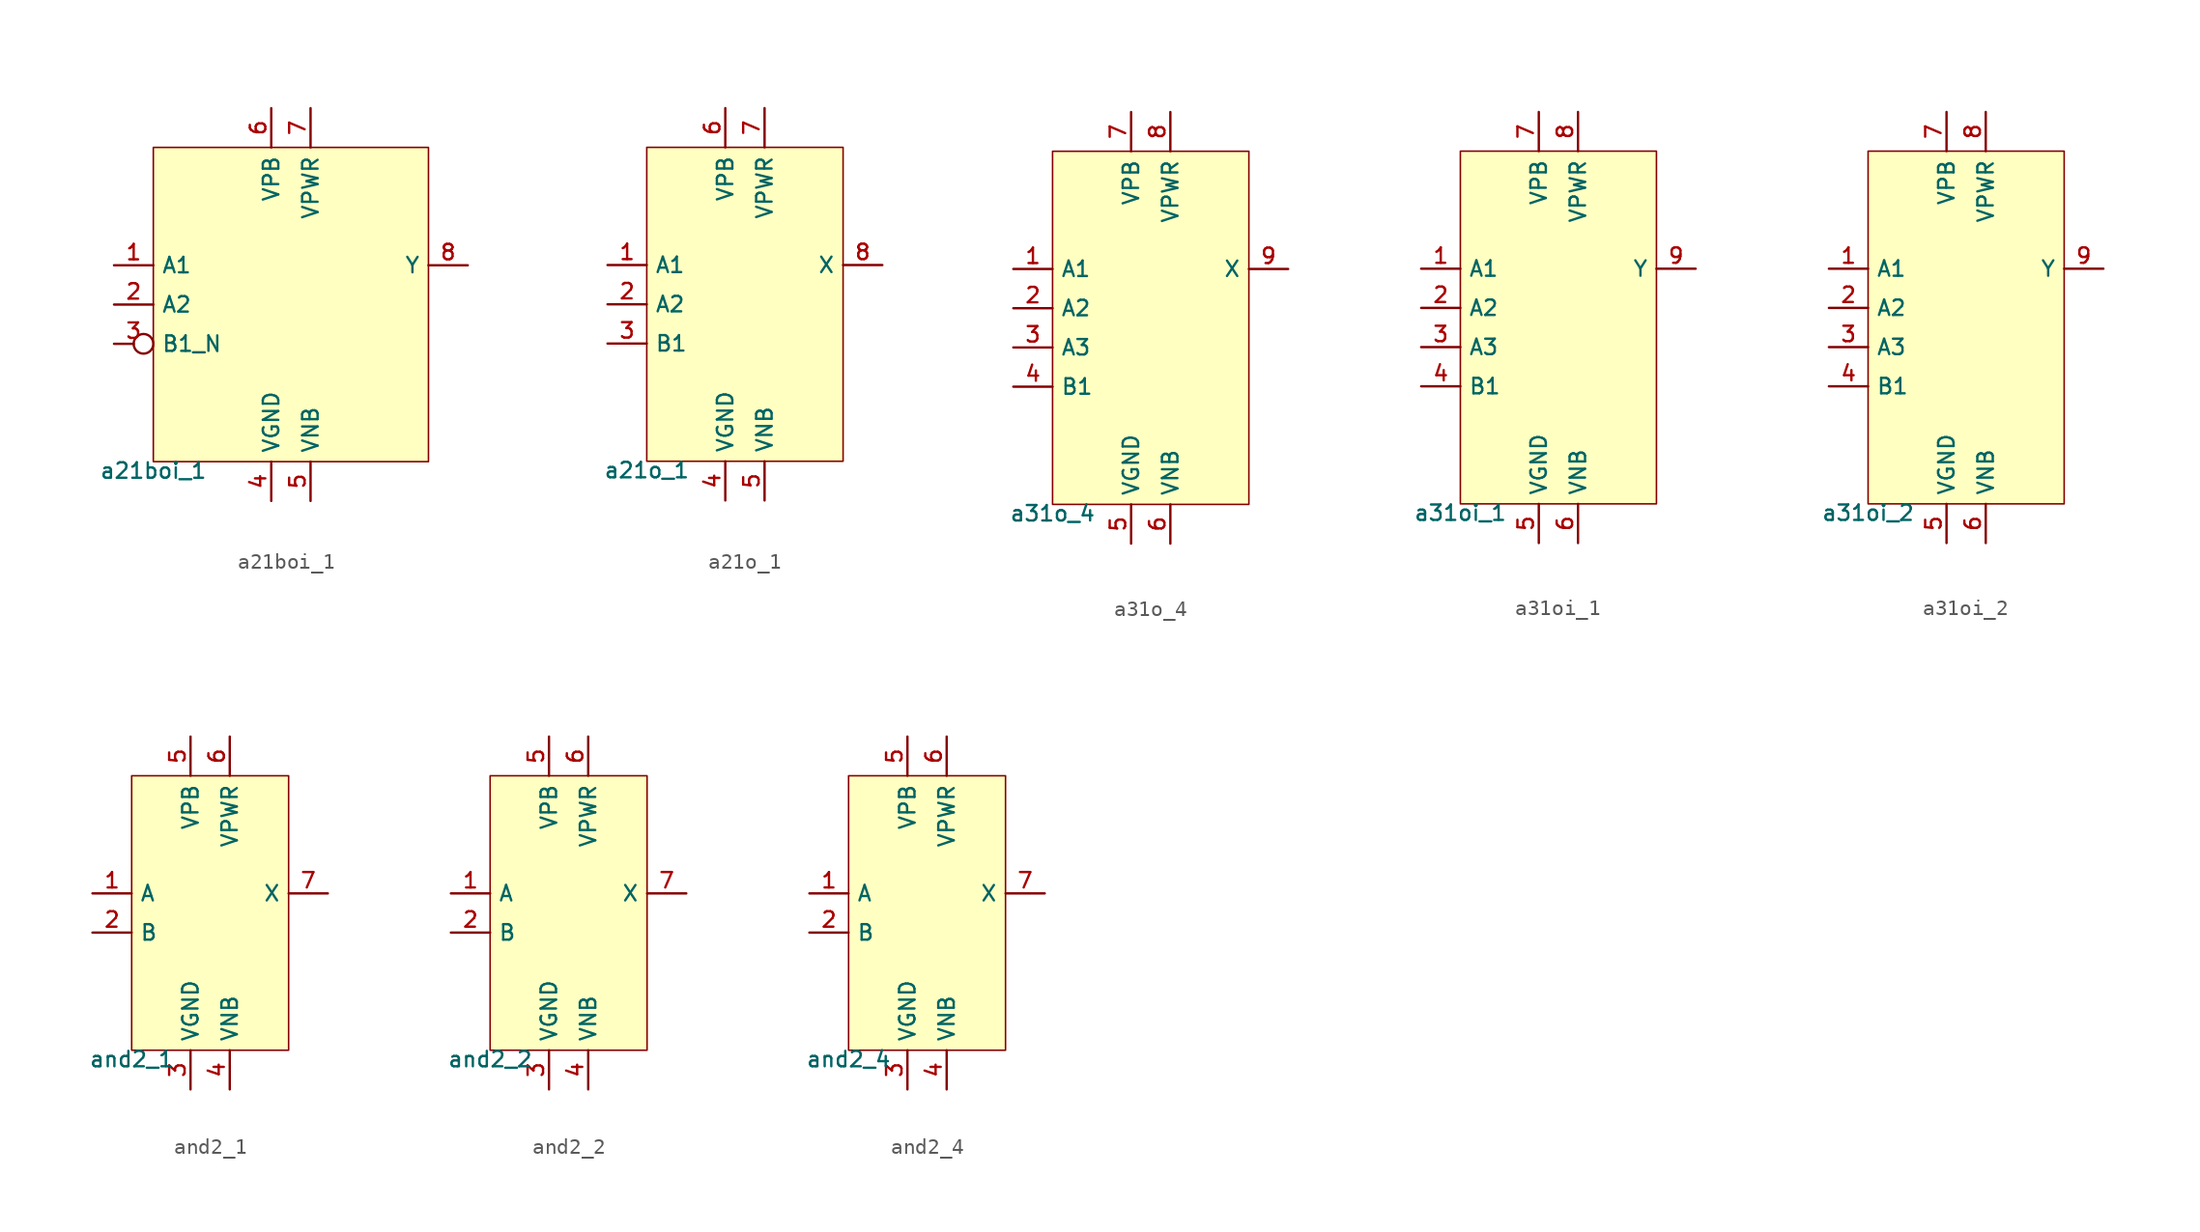
<source format=kicad_sym>
(kicad_symbol_lib
  (version 20211014)
  (generator pdk2kicad)
  (symbol "a21boi_1"
    (property "Reference" "X"
      (at 0 0 0)
      (effects (font (size 1 1)) hide))
    (property "Value" "a21boi_1"
      (at -8.89 -10.16 0)
      (effects (font (size 1 1)) (justify top)))
    (rectangle
      (start -8.89 -10.16)
      (end 8.89 10.16)
      (stroke (width 0.1) (type solid) (color 0 0 0 0))
      (fill (type background)))
    (pin input line
      (at -11.43 2.54 0)
      (length 2.54)
      (name "A1" (effects (font (size 1 1)) hide))
      (number "1" (effects (font (size 1 1)) hide)))
    (pin input line
      (at -11.43 0.0 0)
      (length 2.54)
      (name "A2" (effects (font (size 1 1)) hide))
      (number "2" (effects (font (size 1 1)) hide)))
    (pin input inverted
      (at -11.43 -2.54 0)
      (length 2.54)
      (name "B1_N" (effects (font (size 1 1)) hide))
      (number "3" (effects (font (size 1 1)) hide)))
    (pin power_in line
      (at -1.27 -12.7 90)
      (length 2.54)
      (name "VGND" (effects (font (size 1 1)) hide))
      (number "4" (effects (font (size 1 1)) hide)))
    (pin power_in line
      (at 1.27 -12.7 90)
      (length 2.54)
      (name "VNB" (effects (font (size 1 1)) hide))
      (number "5" (effects (font (size 1 1)) hide)))
    (pin power_in line
      (at -1.27 12.7 270)
      (length 2.54)
      (name "VPB" (effects (font (size 1 1)) hide))
      (number "6" (effects (font (size 1 1)) hide)))
    (pin power_in line
      (at 1.27 12.7 270)
      (length 2.54)
      (name "VPWR" (effects (font (size 1 1)) hide))
      (number "7" (effects (font (size 1 1)) hide)))
    (pin output line
      (at 11.43 2.54 180)
      (length 2.54)
      (name "Y" (effects (font (size 1 1)) hide))
      (number "8" (effects (font (size 1 1)) hide))))
  (symbol "a21o_1"
    (property "Reference" "X"
      (at 0 0 0)
      (effects (font (size 1 1)) hide))
    (property "Value" "a21o_1"
      (at -6.35 -10.16 0)
      (effects (font (size 1 1)) (justify top)))
    (rectangle
      (start -6.35 -10.16)
      (end 6.35 10.16)
      (stroke (width 0.1) (type solid) (color 0 0 0 0))
      (fill (type background)))
    (pin input line
      (at -8.89 2.54 0)
      (length 2.54)
      (name "A1" (effects (font (size 1 1)) hide))
      (number "1" (effects (font (size 1 1)) hide)))
    (pin input line
      (at -8.89 0.0 0)
      (length 2.54)
      (name "A2" (effects (font (size 1 1)) hide))
      (number "2" (effects (font (size 1 1)) hide)))
    (pin input line
      (at -8.89 -2.54 0)
      (length 2.54)
      (name "B1" (effects (font (size 1 1)) hide))
      (number "3" (effects (font (size 1 1)) hide)))
    (pin power_in line
      (at -1.27 -12.7 90)
      (length 2.54)
      (name "VGND" (effects (font (size 1 1)) hide))
      (number "4" (effects (font (size 1 1)) hide)))
    (pin power_in line
      (at 1.27 -12.7 90)
      (length 2.54)
      (name "VNB" (effects (font (size 1 1)) hide))
      (number "5" (effects (font (size 1 1)) hide)))
    (pin power_in line
      (at -1.27 12.7 270)
      (length 2.54)
      (name "VPB" (effects (font (size 1 1)) hide))
      (number "6" (effects (font (size 1 1)) hide)))
    (pin power_in line
      (at 1.27 12.7 270)
      (length 2.54)
      (name "VPWR" (effects (font (size 1 1)) hide))
      (number "7" (effects (font (size 1 1)) hide)))
    (pin output line
      (at 8.89 2.54 180)
      (length 2.54)
      (name "X" (effects (font (size 1 1)) hide))
      (number "8" (effects (font (size 1 1)) hide))))
  (symbol "a31o_4"
    (property "Reference" "X"
      (at 0 0 0)
      (effects (font (size 1 1)) hide))
    (property "Value" "a31o_4"
      (at -6.35 -11.43 0)
      (effects (font (size 1 1)) (justify top)))
    (rectangle
      (start -6.35 -11.43)
      (end 6.35 11.43)
      (stroke (width 0.1) (type solid) (color 0 0 0 0))
      (fill (type background)))
    (pin input line
      (at -8.89 3.81 0)
      (length 2.54)
      (name "A1" (effects (font (size 1 1)) hide))
      (number "1" (effects (font (size 1 1)) hide)))
    (pin input line
      (at -8.89 1.27 0)
      (length 2.54)
      (name "A2" (effects (font (size 1 1)) hide))
      (number "2" (effects (font (size 1 1)) hide)))
    (pin input line
      (at -8.89 -1.27 0)
      (length 2.54)
      (name "A3" (effects (font (size 1 1)) hide))
      (number "3" (effects (font (size 1 1)) hide)))
    (pin input line
      (at -8.89 -3.81 0)
      (length 2.54)
      (name "B1" (effects (font (size 1 1)) hide))
      (number "4" (effects (font (size 1 1)) hide)))
    (pin power_in line
      (at -1.27 -13.97 90)
      (length 2.54)
      (name "VGND" (effects (font (size 1 1)) hide))
      (number "5" (effects (font (size 1 1)) hide)))
    (pin power_in line
      (at 1.27 -13.97 90)
      (length 2.54)
      (name "VNB" (effects (font (size 1 1)) hide))
      (number "6" (effects (font (size 1 1)) hide)))
    (pin power_in line
      (at -1.27 13.97 270)
      (length 2.54)
      (name "VPB" (effects (font (size 1 1)) hide))
      (number "7" (effects (font (size 1 1)) hide)))
    (pin power_in line
      (at 1.27 13.97 270)
      (length 2.54)
      (name "VPWR" (effects (font (size 1 1)) hide))
      (number "8" (effects (font (size 1 1)) hide)))
    (pin output line
      (at 8.89 3.81 180)
      (length 2.54)
      (name "X" (effects (font (size 1 1)) hide))
      (number "9" (effects (font (size 1 1)) hide))))
  (symbol "a31oi_1"
    (property "Reference" "X"
      (at 0 0 0)
      (effects (font (size 1 1)) hide))
    (property "Value" "a31oi_1"
      (at -6.35 -11.43 0)
      (effects (font (size 1 1)) (justify top)))
    (rectangle
      (start -6.35 -11.43)
      (end 6.35 11.43)
      (stroke (width 0.1) (type solid) (color 0 0 0 0))
      (fill (type background)))
    (pin input line
      (at -8.89 3.81 0)
      (length 2.54)
      (name "A1" (effects (font (size 1 1)) hide))
      (number "1" (effects (font (size 1 1)) hide)))
    (pin input line
      (at -8.89 1.27 0)
      (length 2.54)
      (name "A2" (effects (font (size 1 1)) hide))
      (number "2" (effects (font (size 1 1)) hide)))
    (pin input line
      (at -8.89 -1.27 0)
      (length 2.54)
      (name "A3" (effects (font (size 1 1)) hide))
      (number "3" (effects (font (size 1 1)) hide)))
    (pin input line
      (at -8.89 -3.81 0)
      (length 2.54)
      (name "B1" (effects (font (size 1 1)) hide))
      (number "4" (effects (font (size 1 1)) hide)))
    (pin power_in line
      (at -1.27 -13.97 90)
      (length 2.54)
      (name "VGND" (effects (font (size 1 1)) hide))
      (number "5" (effects (font (size 1 1)) hide)))
    (pin power_in line
      (at 1.27 -13.97 90)
      (length 2.54)
      (name "VNB" (effects (font (size 1 1)) hide))
      (number "6" (effects (font (size 1 1)) hide)))
    (pin power_in line
      (at -1.27 13.97 270)
      (length 2.54)
      (name "VPB" (effects (font (size 1 1)) hide))
      (number "7" (effects (font (size 1 1)) hide)))
    (pin power_in line
      (at 1.27 13.97 270)
      (length 2.54)
      (name "VPWR" (effects (font (size 1 1)) hide))
      (number "8" (effects (font (size 1 1)) hide)))
    (pin output line
      (at 8.89 3.81 180)
      (length 2.54)
      (name "Y" (effects (font (size 1 1)) hide))
      (number "9" (effects (font (size 1 1)) hide))))
  (symbol "a31oi_2"
    (property "Reference" "X"
      (at 0 0 0)
      (effects (font (size 1 1)) hide))
    (property "Value" "a31oi_2"
      (at -6.35 -11.43 0)
      (effects (font (size 1 1)) (justify top)))
    (rectangle
      (start -6.35 -11.43)
      (end 6.35 11.43)
      (stroke (width 0.1) (type solid) (color 0 0 0 0))
      (fill (type background)))
    (pin input line
      (at -8.89 3.81 0)
      (length 2.54)
      (name "A1" (effects (font (size 1 1)) hide))
      (number "1" (effects (font (size 1 1)) hide)))
    (pin input line
      (at -8.89 1.27 0)
      (length 2.54)
      (name "A2" (effects (font (size 1 1)) hide))
      (number "2" (effects (font (size 1 1)) hide)))
    (pin input line
      (at -8.89 -1.27 0)
      (length 2.54)
      (name "A3" (effects (font (size 1 1)) hide))
      (number "3" (effects (font (size 1 1)) hide)))
    (pin input line
      (at -8.89 -3.81 0)
      (length 2.54)
      (name "B1" (effects (font (size 1 1)) hide))
      (number "4" (effects (font (size 1 1)) hide)))
    (pin power_in line
      (at -1.27 -13.97 90)
      (length 2.54)
      (name "VGND" (effects (font (size 1 1)) hide))
      (number "5" (effects (font (size 1 1)) hide)))
    (pin power_in line
      (at 1.27 -13.97 90)
      (length 2.54)
      (name "VNB" (effects (font (size 1 1)) hide))
      (number "6" (effects (font (size 1 1)) hide)))
    (pin power_in line
      (at -1.27 13.97 270)
      (length 2.54)
      (name "VPB" (effects (font (size 1 1)) hide))
      (number "7" (effects (font (size 1 1)) hide)))
    (pin power_in line
      (at 1.27 13.97 270)
      (length 2.54)
      (name "VPWR" (effects (font (size 1 1)) hide))
      (number "8" (effects (font (size 1 1)) hide)))
    (pin output line
      (at 8.89 3.81 180)
      (length 2.54)
      (name "Y" (effects (font (size 1 1)) hide))
      (number "9" (effects (font (size 1 1)) hide))))
  (symbol "and2_1"
    (property "Reference" "X"
      (at 0 0 0)
      (effects (font (size 1 1)) hide))
    (property "Value" "and2_1"
      (at -5.08 -8.89 0)
      (effects (font (size 1 1)) (justify top)))
    (rectangle
      (start -5.08 -8.89)
      (end 5.08 8.89)
      (stroke (width 0.1) (type solid) (color 0 0 0 0))
      (fill (type background)))
    (pin input line
      (at -7.62 1.27 0)
      (length 2.54)
      (name "A" (effects (font (size 1 1)) hide))
      (number "1" (effects (font (size 1 1)) hide)))
    (pin input line
      (at -7.62 -1.27 0)
      (length 2.54)
      (name "B" (effects (font (size 1 1)) hide))
      (number "2" (effects (font (size 1 1)) hide)))
    (pin power_in line
      (at -1.27 -11.43 90)
      (length 2.54)
      (name "VGND" (effects (font (size 1 1)) hide))
      (number "3" (effects (font (size 1 1)) hide)))
    (pin power_in line
      (at 1.27 -11.43 90)
      (length 2.54)
      (name "VNB" (effects (font (size 1 1)) hide))
      (number "4" (effects (font (size 1 1)) hide)))
    (pin power_in line
      (at -1.27 11.43 270)
      (length 2.54)
      (name "VPB" (effects (font (size 1 1)) hide))
      (number "5" (effects (font (size 1 1)) hide)))
    (pin power_in line
      (at 1.27 11.43 270)
      (length 2.54)
      (name "VPWR" (effects (font (size 1 1)) hide))
      (number "6" (effects (font (size 1 1)) hide)))
    (pin output line
      (at 7.62 1.27 180)
      (length 2.54)
      (name "X" (effects (font (size 1 1)) hide))
      (number "7" (effects (font (size 1 1)) hide))))
  (symbol "and2_2"
    (property "Reference" "X"
      (at 0 0 0)
      (effects (font (size 1 1)) hide))
    (property "Value" "and2_2"
      (at -5.08 -8.89 0)
      (effects (font (size 1 1)) (justify top)))
    (rectangle
      (start -5.08 -8.89)
      (end 5.08 8.89)
      (stroke (width 0.1) (type solid) (color 0 0 0 0))
      (fill (type background)))
    (pin input line
      (at -7.62 1.27 0)
      (length 2.54)
      (name "A" (effects (font (size 1 1)) hide))
      (number "1" (effects (font (size 1 1)) hide)))
    (pin input line
      (at -7.62 -1.27 0)
      (length 2.54)
      (name "B" (effects (font (size 1 1)) hide))
      (number "2" (effects (font (size 1 1)) hide)))
    (pin power_in line
      (at -1.27 -11.43 90)
      (length 2.54)
      (name "VGND" (effects (font (size 1 1)) hide))
      (number "3" (effects (font (size 1 1)) hide)))
    (pin power_in line
      (at 1.27 -11.43 90)
      (length 2.54)
      (name "VNB" (effects (font (size 1 1)) hide))
      (number "4" (effects (font (size 1 1)) hide)))
    (pin power_in line
      (at -1.27 11.43 270)
      (length 2.54)
      (name "VPB" (effects (font (size 1 1)) hide))
      (number "5" (effects (font (size 1 1)) hide)))
    (pin power_in line
      (at 1.27 11.43 270)
      (length 2.54)
      (name "VPWR" (effects (font (size 1 1)) hide))
      (number "6" (effects (font (size 1 1)) hide)))
    (pin output line
      (at 7.62 1.27 180)
      (length 2.54)
      (name "X" (effects (font (size 1 1)) hide))
      (number "7" (effects (font (size 1 1)) hide))))
  (symbol "and2_4"
    (property "Reference" "X"
      (at 0 0 0)
      (effects (font (size 1 1)) hide))
    (property "Value" "and2_4"
      (at -5.08 -8.89 0)
      (effects (font (size 1 1)) (justify top)))
    (rectangle
      (start -5.08 -8.89)
      (end 5.08 8.89)
      (stroke (width 0.1) (type solid) (color 0 0 0 0))
      (fill (type background)))
    (pin input line
      (at -7.62 1.27 0)
      (length 2.54)
      (name "A" (effects (font (size 1 1)) hide))
      (number "1" (effects (font (size 1 1)) hide)))
    (pin input line
      (at -7.62 -1.27 0)
      (length 2.54)
      (name "B" (effects (font (size 1 1)) hide))
      (number "2" (effects (font (size 1 1)) hide)))
    (pin power_in line
      (at -1.27 -11.43 90)
      (length 2.54)
      (name "VGND" (effects (font (size 1 1)) hide))
      (number "3" (effects (font (size 1 1)) hide)))
    (pin power_in line
      (at 1.27 -11.43 90)
      (length 2.54)
      (name "VNB" (effects (font (size 1 1)) hide))
      (number "4" (effects (font (size 1 1)) hide)))
    (pin power_in line
      (at -1.27 11.43 270)
      (length 2.54)
      (name "VPB" (effects (font (size 1 1)) hide))
      (number "5" (effects (font (size 1 1)) hide)))
    (pin power_in line
      (at 1.27 11.43 270)
      (length 2.54)
      (name "VPWR" (effects (font (size 1 1)) hide))
      (number "6" (effects (font (size 1 1)) hide)))
    (pin output line
      (at 7.62 1.27 180)
      (length 2.54)
      (name "X" (effects (font (size 1 1)) hide))
      (number "7" (effects (font (size 1 1)) hide)))))
</source>
